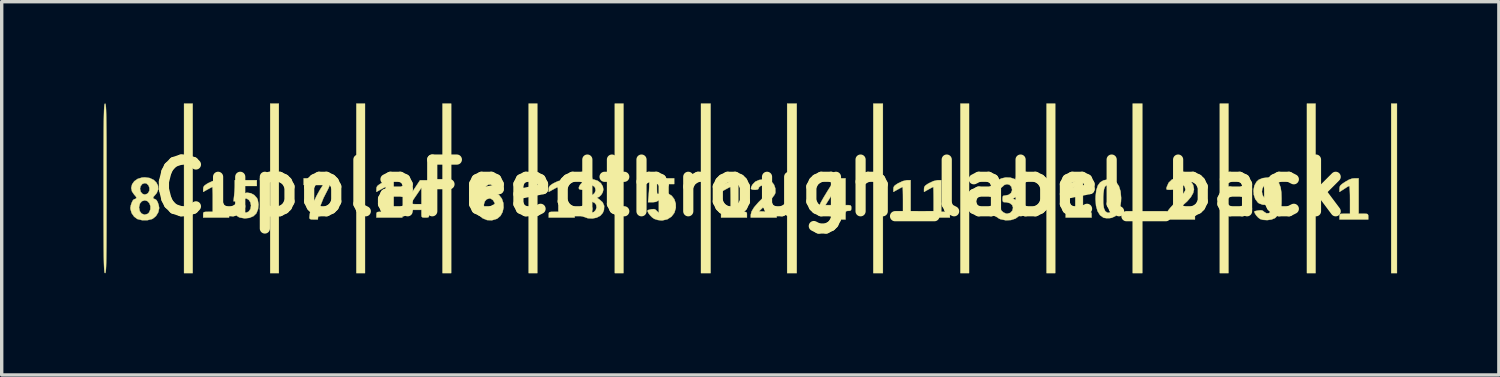
<source format=kicad_pcb>
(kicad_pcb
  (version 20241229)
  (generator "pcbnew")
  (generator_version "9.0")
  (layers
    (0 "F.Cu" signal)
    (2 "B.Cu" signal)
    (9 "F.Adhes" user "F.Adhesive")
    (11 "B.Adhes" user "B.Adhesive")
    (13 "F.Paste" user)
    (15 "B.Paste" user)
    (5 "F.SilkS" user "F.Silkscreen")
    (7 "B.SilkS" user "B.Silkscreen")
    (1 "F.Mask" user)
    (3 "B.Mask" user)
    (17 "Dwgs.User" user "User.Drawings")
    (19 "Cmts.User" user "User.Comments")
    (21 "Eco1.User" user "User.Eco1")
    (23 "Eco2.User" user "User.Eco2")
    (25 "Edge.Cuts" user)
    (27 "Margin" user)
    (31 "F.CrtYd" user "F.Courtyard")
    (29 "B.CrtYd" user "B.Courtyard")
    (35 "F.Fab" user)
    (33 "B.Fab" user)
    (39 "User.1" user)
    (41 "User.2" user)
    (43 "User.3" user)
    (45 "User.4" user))
  (footprint "CupolaFeedthrough_label_back"
    (layer "F.Cu")
    (at 19.055 2.489)
    (property "Reference" "CupolaFeedthrough_label_back" (at 0 0 0) (layer "F.SilkS") (effects (font (size 1.524 1.524) (thickness 0.3))))
    (attr through_hole)
    (fp_poly (pts (xy -16.425 2.512) (xy -16.679 2.512) (xy -16.679 -2.484) (xy -16.425 -2.484) (xy -16.425 2.512)) (stroke (width 0.01) (type solid)) (fill yes) (layer "F.SilkS"))
    (fp_poly (pts (xy -13.885 2.512) (xy -14.139 2.512) (xy -14.139 -2.484) (xy -13.885 -2.484) (xy -13.885 2.512)) (stroke (width 0.01) (type solid)) (fill yes) (layer "F.SilkS"))
    (fp_poly (pts (xy -11.345 2.512) (xy -11.599 2.512) (xy -11.599 -2.484) (xy -11.345 -2.484) (xy -11.345 2.512)) (stroke (width 0.01) (type solid)) (fill yes) (layer "F.SilkS"))
    (fp_poly (pts (xy -8.805 2.512) (xy -9.059 2.512) (xy -9.059 -2.484) (xy -8.805 -2.484) (xy -8.805 2.512)) (stroke (width 0.01) (type solid)) (fill yes) (layer "F.SilkS"))
    (fp_poly (pts (xy -6.265 2.512) (xy -6.519 2.512) (xy -6.519 -2.484) (xy -6.265 -2.484) (xy -6.265 2.512)) (stroke (width 0.01) (type solid)) (fill yes) (layer "F.SilkS"))
    (fp_poly (pts (xy -3.725 2.512) (xy -3.979 2.512) (xy -3.979 -2.484) (xy -3.725 -2.484) (xy -3.725 2.512)) (stroke (width 0.01) (type solid)) (fill yes) (layer "F.SilkS"))
    (fp_poly (pts (xy -1.157 2.512) (xy -1.439 2.512) (xy -1.439 -2.484) (xy -1.157 -2.484) (xy -1.157 2.512)) (stroke (width 0.01) (type solid)) (fill yes) (layer "F.SilkS"))
    (fp_poly (pts (xy 1.383 2.512) (xy 1.101 2.512) (xy 1.101 -2.484) (xy 1.383 -2.484) (xy 1.383 2.512)) (stroke (width 0.01) (type solid)) (fill yes) (layer "F.SilkS"))
    (fp_poly (pts (xy 3.923 2.512) (xy 3.641 2.512) (xy 3.641 -2.484) (xy 3.923 -2.484) (xy 3.923 2.512)) (stroke (width 0.01) (type solid)) (fill yes) (layer "F.SilkS"))
    (fp_poly (pts (xy 6.463 2.512) (xy 6.209 2.512) (xy 6.209 -2.484) (xy 6.463 -2.484) (xy 6.463 2.512)) (stroke (width 0.01) (type solid)) (fill yes) (layer "F.SilkS"))
    (fp_poly (pts (xy 9.003 2.512) (xy 8.749 2.512) (xy 8.749 -2.484) (xy 9.003 -2.484) (xy 9.003 2.512)) (stroke (width 0.01) (type solid)) (fill yes) (layer "F.SilkS"))
    (fp_poly (pts (xy 11.571 2.512) (xy 11.289 2.512) (xy 11.289 -2.484) (xy 11.571 -2.484) (xy 11.571 2.512)) (stroke (width 0.01) (type solid)) (fill yes) (layer "F.SilkS"))
    (fp_poly (pts (xy 14.111 2.512) (xy 13.857 2.512) (xy 13.857 -2.484) (xy 14.111 -2.484) (xy 14.111 2.512)) (stroke (width 0.01) (type solid)) (fill yes) (layer "F.SilkS"))
    (fp_poly (pts (xy 16.679 2.512) (xy 16.425 2.512) (xy 16.425 -2.484) (xy 16.679 -2.484) (xy 16.679 2.512)) (stroke (width 0.01) (type solid)) (fill yes) (layer "F.SilkS"))
    (fp_poly (pts (xy 19.078 2.512) (xy 18.909 2.512) (xy 18.909 -2.484) (xy 19.078 -2.484) (xy 19.078 2.512)) (stroke (width 0.01) (type solid)) (fill yes) (layer "F.SilkS"))
    (fp_poly (pts (xy -12.361 -0.186) (xy -12.377 -0.101) (xy -12.421 0.009) (xy -12.457 0.08) (xy -12.567 0.295) (xy -12.651 0.505) (xy -12.705 0.695) (xy -12.717 0.772) (xy -12.736 0.931) (xy -12.859 0.931) (xy -12.936 0.928) (xy -12.972 0.912) (xy -12.982 0.877) (xy -12.982 0.867) (xy -12.967 0.745) (xy -12.923 0.591) (xy -12.858 0.418) (xy -12.775 0.24) (xy -12.681 0.069) (xy -12.642 0.007) (xy -12.582 -0.085) (xy -13.152 -0.085) (xy -13.152 -0.282) (xy -12.361 -0.282) (xy -12.361 -0.186)) (stroke (width 0.01) (type solid)) (fill yes) (layer "F.SilkS"))
    (fp_poly (pts (xy -15.607 0.706) (xy -15.48 0.706) (xy -15.402 0.708) (xy -15.365 0.722) (xy -15.354 0.758) (xy -15.353 0.79) (xy -15.353 0.875) (xy -16.115 0.875) (xy -16.115 0.79) (xy -16.112 0.74) (xy -16.093 0.715) (xy -16.043 0.707) (xy -15.974 0.706) (xy -15.833 0.706) (xy -15.833 0.339) (xy -15.833 0.202) (xy -15.836 0.089) (xy -15.839 0.009) (xy -15.842 -0.027) (xy -15.843 -0.028) (xy -15.872 -0.016) (xy -15.933 0.017) (xy -15.984 0.045) (xy -16.115 0.118) (xy -16.115 0.031) (xy -16.108 -0.022) (xy -16.08 -0.064) (xy -16.019 -0.109) (xy -15.967 -0.14) (xy -15.841 -0.199) (xy -15.729 -0.225) (xy -15.713 -0.226) (xy -15.607 -0.226) (xy -15.607 0.706)) (stroke (width 0.01) (type solid)) (fill yes) (layer "F.SilkS"))
    (fp_poly (pts (xy -10.499 0.706) (xy -10.372 0.706) (xy -10.294 0.708) (xy -10.257 0.722) (xy -10.245 0.758) (xy -10.245 0.79) (xy -10.245 0.875) (xy -11.007 0.875) (xy -11.007 0.79) (xy -11.004 0.74) (xy -10.985 0.715) (xy -10.935 0.707) (xy -10.866 0.706) (xy -10.724 0.706) (xy -10.724 0.339) (xy -10.725 0.202) (xy -10.727 0.089) (xy -10.73 0.009) (xy -10.734 -0.027) (xy -10.735 -0.028) (xy -10.763 -0.016) (xy -10.825 0.017) (xy -10.876 0.045) (xy -11.007 0.118) (xy -11.007 0.031) (xy -11 -0.022) (xy -10.972 -0.064) (xy -10.911 -0.109) (xy -10.858 -0.14) (xy -10.732 -0.199) (xy -10.621 -0.225) (xy -10.604 -0.226) (xy -10.499 -0.226) (xy -10.499 0.706)) (stroke (width 0.01) (type solid)) (fill yes) (layer "F.SilkS"))
    (fp_poly (pts (xy -5.419 0.706) (xy -5.292 0.706) (xy -5.214 0.708) (xy -5.177 0.722) (xy -5.165 0.758) (xy -5.165 0.79) (xy -5.165 0.875) (xy -5.927 0.875) (xy -5.927 0.79) (xy -5.924 0.74) (xy -5.905 0.715) (xy -5.855 0.707) (xy -5.786 0.706) (xy -5.644 0.706) (xy -5.644 0.339) (xy -5.645 0.202) (xy -5.647 0.089) (xy -5.65 0.009) (xy -5.654 -0.027) (xy -5.655 -0.028) (xy -5.683 -0.016) (xy -5.745 0.017) (xy -5.796 0.045) (xy -5.927 0.118) (xy -5.927 0.031) (xy -5.92 -0.022) (xy -5.892 -0.064) (xy -5.831 -0.109) (xy -5.779 -0.14) (xy -5.652 -0.199) (xy -5.541 -0.225) (xy -5.524 -0.226) (xy -5.419 -0.226) (xy -5.419 0.706)) (stroke (width 0.01) (type solid)) (fill yes) (layer "F.SilkS"))
    (fp_poly (pts (xy -0.339 0.706) (xy -0.212 0.706) (xy -0.134 0.708) (xy -0.097 0.722) (xy -0.085 0.758) (xy -0.085 0.79) (xy -0.085 0.875) (xy -0.847 0.875) (xy -0.847 0.79) (xy -0.844 0.74) (xy -0.825 0.715) (xy -0.775 0.707) (xy -0.706 0.706) (xy -0.564 0.706) (xy -0.564 0.339) (xy -0.565 0.202) (xy -0.567 0.089) (xy -0.57 0.009) (xy -0.574 -0.027) (xy -0.575 -0.028) (xy -0.603 -0.016) (xy -0.665 0.017) (xy -0.716 0.045) (xy -0.847 0.118) (xy -0.847 0.031) (xy -0.84 -0.022) (xy -0.812 -0.064) (xy -0.751 -0.109) (xy -0.699 -0.14) (xy -0.572 -0.199) (xy -0.461 -0.225) (xy -0.445 -0.226) (xy -0.339 -0.226) (xy -0.339 0.706)) (stroke (width 0.01) (type solid)) (fill yes) (layer "F.SilkS"))
    (fp_poly (pts (xy 4.741 0.706) (xy 4.868 0.706) (xy 4.946 0.708) (xy 4.983 0.722) (xy 4.995 0.758) (xy 4.995 0.79) (xy 4.995 0.875) (xy 4.233 0.875) (xy 4.233 0.79) (xy 4.236 0.74) (xy 4.255 0.715) (xy 4.305 0.707) (xy 4.374 0.706) (xy 4.516 0.706) (xy 4.516 0.339) (xy 4.515 0.202) (xy 4.513 0.089) (xy 4.51 0.009) (xy 4.506 -0.027) (xy 4.505 -0.028) (xy 4.477 -0.016) (xy 4.415 0.017) (xy 4.364 0.045) (xy 4.233 0.118) (xy 4.233 0.031) (xy 4.24 -0.022) (xy 4.268 -0.064) (xy 4.329 -0.109) (xy 4.381 -0.14) (xy 4.508 -0.199) (xy 4.619 -0.225) (xy 4.636 -0.226) (xy 4.741 -0.226) (xy 4.741 0.706)) (stroke (width 0.01) (type solid)) (fill yes) (layer "F.SilkS"))
    (fp_poly (pts (xy 5.644 0.706) (xy 5.771 0.706) (xy 5.85 0.708) (xy 5.887 0.722) (xy 5.898 0.758) (xy 5.898 0.79) (xy 5.898 0.875) (xy 5.136 0.875) (xy 5.136 0.79) (xy 5.14 0.74) (xy 5.158 0.715) (xy 5.208 0.707) (xy 5.278 0.706) (xy 5.419 0.706) (xy 5.419 0.339) (xy 5.418 0.202) (xy 5.416 0.089) (xy 5.413 0.009) (xy 5.409 -0.027) (xy 5.408 -0.028) (xy 5.38 -0.016) (xy 5.318 0.017) (xy 5.267 0.045) (xy 5.136 0.118) (xy 5.136 0.031) (xy 5.143 -0.022) (xy 5.171 -0.064) (xy 5.232 -0.109) (xy 5.285 -0.14) (xy 5.411 -0.199) (xy 5.522 -0.225) (xy 5.539 -0.226) (xy 5.644 -0.226) (xy 5.644 0.706)) (stroke (width 0.01) (type solid)) (fill yes) (layer "F.SilkS"))
    (fp_poly (pts (xy 9.821 0.706) (xy 9.948 0.706) (xy 10.026 0.708) (xy 10.063 0.722) (xy 10.075 0.758) (xy 10.075 0.79) (xy 10.075 0.875) (xy 9.313 0.875) (xy 9.313 0.79) (xy 9.316 0.74) (xy 9.335 0.715) (xy 9.385 0.707) (xy 9.454 0.706) (xy 9.596 0.706) (xy 9.596 0.339) (xy 9.595 0.202) (xy 9.593 0.089) (xy 9.59 0.009) (xy 9.586 -0.027) (xy 9.585 -0.028) (xy 9.557 -0.016) (xy 9.495 0.017) (xy 9.444 0.045) (xy 9.313 0.118) (xy 9.313 0.031) (xy 9.32 -0.022) (xy 9.348 -0.064) (xy 9.409 -0.109) (xy 9.461 -0.14) (xy 9.588 -0.199) (xy 9.699 -0.225) (xy 9.716 -0.226) (xy 9.821 -0.226) (xy 9.821 0.706)) (stroke (width 0.01) (type solid)) (fill yes) (layer "F.SilkS"))
    (fp_poly (pts (xy 17.949 0.762) (xy 18.09 0.762) (xy 18.174 0.764) (xy 18.216 0.775) (xy 18.23 0.805) (xy 18.232 0.847) (xy 18.232 0.931) (xy 17.385 0.931) (xy 17.385 0.847) (xy 17.387 0.798) (xy 17.405 0.773) (xy 17.45 0.764) (xy 17.538 0.762) (xy 17.695 0.762) (xy 17.695 0.353) (xy 17.694 0.208) (xy 17.69 0.086) (xy 17.684 -0.004) (xy 17.677 -0.051) (xy 17.673 -0.056) (xy 17.635 -0.042) (xy 17.596 -0.018) (xy 17.531 0.025) (xy 17.462 0.069) (xy 17.385 0.119) (xy 17.385 0.024) (xy 17.39 -0.03) (xy 17.413 -0.073) (xy 17.464 -0.118) (xy 17.55 -0.176) (xy 17.665 -0.242) (xy 17.759 -0.275) (xy 17.832 -0.282) (xy 17.949 -0.282) (xy 17.949 0.762)) (stroke (width 0.01) (type solid)) (fill yes) (layer "F.SilkS"))
    (fp_poly (pts (xy 2.822 0.508) (xy 2.907 0.508) (xy 2.967 0.515) (xy 2.989 0.548) (xy 2.992 0.593) (xy 2.985 0.653) (xy 2.952 0.675) (xy 2.907 0.677) (xy 2.855 0.681) (xy 2.83 0.702) (xy 2.823 0.756) (xy 2.822 0.804) (xy 2.822 0.931) (xy 2.568 0.931) (xy 2.568 0.677) (xy 2.032 0.677) (xy 2.032 0.592) (xy 2.047 0.53) (xy 2.057 0.508) (xy 2.229 0.508) (xy 2.568 0.508) (xy 2.567 0.233) (xy 2.566 0.108) (xy 2.561 0.032) (xy 2.553 0.000178) (xy 2.54 0.005) (xy 2.534 0.014) (xy 2.505 0.063) (xy 2.455 0.145) (xy 2.393 0.246) (xy 2.366 0.289) (xy 2.229 0.508) (xy 2.057 0.508) (xy 2.093 0.43) (xy 2.171 0.291) (xy 2.279 0.113) (xy 2.526 -0.281) (xy 2.822 -0.282) (xy 2.822 0.508)) (stroke (width 0.01) (type solid)) (fill yes) (layer "F.SilkS"))
    (fp_poly (pts (xy 0.532 -0.231) (xy 0.646 -0.176) (xy 0.647 -0.176) (xy 0.713 -0.095) (xy 0.752 0.015) (xy 0.755 0.132) (xy 0.75 0.158) (xy 0.72 0.216) (xy 0.654 0.301) (xy 0.561 0.404) (xy 0.5 0.466) (xy 0.271 0.691) (xy 0.531 0.7) (xy 0.79 0.708) (xy 0.79 0.875) (xy 0.028 0.875) (xy 0.028 0.794) (xy 0.053 0.694) (xy 0.129 0.57) (xy 0.256 0.424) (xy 0.357 0.324) (xy 0.457 0.222) (xy 0.515 0.142) (xy 0.536 0.073) (xy 0.523 0.005) (xy 0.507 -0.03) (xy 0.458 -0.071) (xy 0.389 -0.078) (xy 0.318 -0.058) (xy 0.267 -0.014) (xy 0.254 0.03) (xy 0.229 0.047) (xy 0.166 0.056) (xy 0.141 0.056) (xy 0.064 0.049) (xy 0.032 0.023) (xy 0.043 -0.031) (xy 0.083 -0.103) (xy 0.162 -0.183) (xy 0.274 -0.233) (xy 0.403 -0.25) (xy 0.532 -0.231)) (stroke (width 0.01) (type solid)) (fill yes) (layer "F.SilkS"))
    (fp_poly (pts (xy -9.454 0.48) (xy -9.384 0.48) (xy -9.333 0.489) (xy -9.315 0.528) (xy -9.313 0.564) (xy -9.321 0.625) (xy -9.353 0.647) (xy -9.384 0.649) (xy -9.429 0.655) (xy -9.45 0.684) (xy -9.454 0.752) (xy -9.454 0.762) (xy -9.457 0.834) (xy -9.476 0.866) (xy -9.528 0.875) (xy -9.567 0.875) (xy -9.64 0.872) (xy -9.672 0.853) (xy -9.68 0.802) (xy -9.68 0.762) (xy -9.68 0.649) (xy -10.188 0.649) (xy -10.188 0.564) (xy -10.174 0.504) (xy -10.155 0.464) (xy -9.991 0.464) (xy -9.965 0.473) (xy -9.899 0.478) (xy -9.835 0.48) (xy -9.68 0.48) (xy -9.68 -0.007) (xy -9.835 0.221) (xy -9.902 0.319) (xy -9.954 0.4) (xy -9.985 0.452) (xy -9.991 0.464) (xy -10.155 0.464) (xy -10.13 0.411) (xy -10.054 0.281) (xy -9.955 0.128) (xy -9.723 -0.224) (xy -9.588 -0.225) (xy -9.454 -0.226) (xy -9.454 0.48)) (stroke (width 0.01) (type solid)) (fill yes) (layer "F.SilkS"))
    (fp_poly (pts (xy 12.873 -0.274) (xy 12.895 -0.266) (xy 13 -0.195) (xy 13.07 -0.088) (xy 13.095 0.042) (xy 13.095 0.044) (xy 13.071 0.15) (xy 13.003 0.27) (xy 12.899 0.392) (xy 12.8 0.481) (xy 12.714 0.553) (xy 12.642 0.622) (xy 12.6 0.67) (xy 12.558 0.734) (xy 13.123 0.734) (xy 13.123 0.931) (xy 12.277 0.931) (xy 12.277 0.839) (xy 12.281 0.783) (xy 12.298 0.73) (xy 12.333 0.669) (xy 12.391 0.594) (xy 12.479 0.496) (xy 12.602 0.367) (xy 12.606 0.363) (xy 12.718 0.243) (xy 12.792 0.152) (xy 12.832 0.087) (xy 12.841 0.048) (xy 12.82 -0.039) (xy 12.765 -0.094) (xy 12.694 -0.112) (xy 12.62 -0.089) (xy 12.565 -0.028) (xy 12.526 0.026) (xy 12.477 0.05) (xy 12.395 0.056) (xy 12.394 0.056) (xy 12.318 0.054) (xy 12.285 0.042) (xy 12.283 0.008) (xy 12.29 -0.021) (xy 12.347 -0.151) (xy 12.443 -0.244) (xy 12.567 -0.298) (xy 12.714 -0.309) (xy 12.873 -0.274)) (stroke (width 0.01) (type solid)) (fill yes) (layer "F.SilkS"))
    (fp_poly (pts (xy -14.534 -0.056) (xy -14.986 -0.056) (xy -14.986 0.072) (xy -14.984 0.149) (xy -14.973 0.18) (xy -14.948 0.179) (xy -14.931 0.17) (xy -14.823 0.141) (xy -14.709 0.158) (xy -14.606 0.214) (xy -14.529 0.303) (xy -14.506 0.354) (xy -14.484 0.488) (xy -14.498 0.627) (xy -14.545 0.746) (xy -14.548 0.751) (xy -14.633 0.833) (xy -14.751 0.883) (xy -14.887 0.899) (xy -15.024 0.876) (xy -15.062 0.862) (xy -15.13 0.817) (xy -15.185 0.755) (xy -15.219 0.69) (xy -15.222 0.637) (xy -15.207 0.618) (xy -15.122 0.593) (xy -15.034 0.617) (xy -14.981 0.663) (xy -14.91 0.72) (xy -14.836 0.728) (xy -14.769 0.694) (xy -14.721 0.621) (xy -14.704 0.522) (xy -14.722 0.427) (xy -14.768 0.356) (xy -14.831 0.315) (xy -14.899 0.313) (xy -14.958 0.353) (xy -15.011 0.382) (xy -15.097 0.395) (xy -15.106 0.395) (xy -15.22 0.395) (xy -15.202 0.222) (xy -15.191 0.099) (xy -15.185 -0.025) (xy -15.184 -0.089) (xy -15.184 -0.226) (xy -14.534 -0.226) (xy -14.534 -0.056)) (stroke (width 0.01) (type solid)) (fill yes) (layer "F.SilkS"))
    (fp_poly (pts (xy 10.704 -0.231) (xy 10.806 -0.163) (xy 10.882 -0.05) (xy 10.93 0.104) (xy 10.947 0.295) (xy 10.942 0.41) (xy 10.915 0.597) (xy 10.862 0.736) (xy 10.782 0.829) (xy 10.673 0.881) (xy 10.606 0.892) (xy 10.515 0.893) (xy 10.439 0.882) (xy 10.425 0.877) (xy 10.325 0.804) (xy 10.252 0.686) (xy 10.207 0.527) (xy 10.192 0.332) (xy 10.194 0.265) (xy 10.419 0.265) (xy 10.419 0.457) (xy 10.439 0.598) (xy 10.479 0.688) (xy 10.54 0.73) (xy 10.569 0.734) (xy 10.624 0.721) (xy 10.664 0.675) (xy 10.687 0.629) (xy 10.71 0.549) (xy 10.721 0.445) (xy 10.721 0.304) (xy 10.719 0.265) (xy 10.708 0.114) (xy 10.689 0.011) (xy 10.658 -0.051) (xy 10.611 -0.08) (xy 10.569 -0.085) (xy 10.51 -0.073) (xy 10.469 -0.035) (xy 10.442 0.04) (xy 10.426 0.157) (xy 10.419 0.265) (xy 10.194 0.265) (xy 10.194 0.251) (xy 10.216 0.067) (xy 10.26 -0.069) (xy 10.329 -0.163) (xy 10.426 -0.221) (xy 10.432 -0.223) (xy 10.579 -0.252) (xy 10.704 -0.231)) (stroke (width 0.01) (type solid)) (fill yes) (layer "F.SilkS"))
    (fp_poly (pts (xy -2.23 -0.113) (xy -2.738 -0.113) (xy -2.738 0.042) (xy -2.736 0.13) (xy -2.729 0.173) (xy -2.708 0.182) (xy -2.668 0.17) (xy -2.665 0.169) (xy -2.53 0.143) (xy -2.406 0.167) (xy -2.302 0.233) (xy -2.225 0.335) (xy -2.183 0.465) (xy -2.181 0.588) (xy -2.223 0.733) (xy -2.309 0.847) (xy -2.43 0.925) (xy -2.58 0.959) (xy -2.611 0.959) (xy -2.714 0.946) (xy -2.814 0.914) (xy -2.821 0.91) (xy -2.882 0.867) (xy -2.942 0.806) (xy -2.99 0.741) (xy -3.016 0.686) (xy -3.013 0.661) (xy -2.978 0.647) (xy -2.911 0.633) (xy -2.896 0.63) (xy -2.82 0.625) (xy -2.77 0.649) (xy -2.735 0.688) (xy -2.662 0.747) (xy -2.581 0.758) (xy -2.507 0.727) (xy -2.452 0.66) (xy -2.427 0.562) (xy -2.427 0.55) (xy -2.447 0.459) (xy -2.497 0.388) (xy -2.565 0.345) (xy -2.638 0.338) (xy -2.703 0.374) (xy -2.709 0.381) (xy -2.765 0.411) (xy -2.861 0.423) (xy -2.872 0.423) (xy -3 0.423) (xy -2.982 0.233) (xy -2.972 0.102) (xy -2.965 -0.036) (xy -2.964 -0.12) (xy -2.963 -0.282) (xy -2.23 -0.282) (xy -2.23 -0.113)) (stroke (width 0.01) (type solid)) (fill yes) (layer "F.SilkS"))
    (fp_poly (pts (xy -19 -2.479) (xy -18.994 -2.462) (xy -18.988 -2.429) (xy -18.983 -2.378) (xy -18.979 -2.304) (xy -18.976 -2.205) (xy -18.973 -2.077) (xy -18.971 -1.917) (xy -18.969 -1.721) (xy -18.967 -1.486) (xy -18.966 -1.209) (xy -18.966 -0.887) (xy -18.965 -0.515) (xy -18.965 -0.091) (xy -18.965 0.014) (xy -18.965 0.451) (xy -18.966 0.834) (xy -18.966 1.167) (xy -18.967 1.455) (xy -18.968 1.699) (xy -18.97 1.903) (xy -18.972 2.071) (xy -18.975 2.206) (xy -18.978 2.312) (xy -18.982 2.391) (xy -18.987 2.447) (xy -18.992 2.484) (xy -18.999 2.504) (xy -19.006 2.512) (xy -19.008 2.512) (xy -19.015 2.507) (xy -19.022 2.49) (xy -19.027 2.457) (xy -19.032 2.406) (xy -19.036 2.332) (xy -19.04 2.233) (xy -19.043 2.105) (xy -19.045 1.945) (xy -19.047 1.749) (xy -19.048 1.515) (xy -19.049 1.238) (xy -19.05 0.915) (xy -19.05 0.543) (xy -19.05 0.119) (xy -19.05 0.014) (xy -19.05 -0.422) (xy -19.05 -0.806) (xy -19.049 -1.139) (xy -19.048 -1.426) (xy -19.047 -1.671) (xy -19.045 -1.875) (xy -19.043 -2.043) (xy -19.04 -2.178) (xy -19.037 -2.284) (xy -19.033 -2.363) (xy -19.028 -2.419) (xy -19.023 -2.456) (xy -19.017 -2.476) (xy -19.009 -2.483) (xy -19.008 -2.484) (xy -19 -2.479)) (stroke (width 0.01) (type solid)) (fill yes) (layer "F.SilkS"))
    (fp_poly (pts (xy -7.567 -0.3) (xy -7.443 -0.258) (xy -7.352 -0.182) (xy -7.336 -0.159) (xy -7.3 -0.097) (xy -7.282 -0.056) (xy -7.281 -0.053) (xy -7.306 -0.038) (xy -7.369 -0.022) (xy -7.398 -0.017) (xy -7.481 -0.01) (xy -7.535 -0.026) (xy -7.57 -0.057) (xy -7.64 -0.101) (xy -7.712 -0.095) (xy -7.777 -0.046) (xy -7.828 0.042) (xy -7.855 0.146) (xy -7.87 0.25) (xy -7.772 0.192) (xy -7.658 0.152) (xy -7.535 0.152) (xy -7.425 0.19) (xy -7.388 0.216) (xy -7.309 0.32) (xy -7.266 0.447) (xy -7.26 0.582) (xy -7.289 0.713) (xy -7.351 0.825) (xy -7.445 0.905) (xy -7.458 0.912) (xy -7.603 0.955) (xy -7.746 0.949) (xy -7.873 0.897) (xy -7.875 0.896) (xy -7.965 0.823) (xy -8.026 0.74) (xy -8.064 0.634) (xy -8.082 0.494) (xy -8.082 0.485) (xy -7.84 0.485) (xy -7.836 0.582) (xy -7.797 0.675) (xy -7.787 0.688) (xy -7.715 0.749) (xy -7.639 0.754) (xy -7.564 0.706) (xy -7.517 0.627) (xy -7.505 0.534) (xy -7.524 0.441) (xy -7.569 0.363) (xy -7.636 0.317) (xy -7.676 0.31) (xy -7.756 0.335) (xy -7.812 0.397) (xy -7.84 0.485) (xy -8.082 0.485) (xy -8.086 0.353) (xy -8.074 0.135) (xy -8.037 -0.035) (xy -7.973 -0.161) (xy -7.879 -0.246) (xy -7.755 -0.294) (xy -7.709 -0.302) (xy -7.567 -0.3)) (stroke (width 0.01) (type solid)) (fill yes) (layer "F.SilkS"))
    (fp_poly (pts (xy 15.388 -0.289) (xy 15.449 -0.268) (xy 15.541 -0.208) (xy 15.606 -0.126) (xy 15.649 -0.012) (xy 15.671 0.141) (xy 15.676 0.31) (xy 15.675 0.453) (xy 15.668 0.554) (xy 15.654 0.629) (xy 15.63 0.693) (xy 15.613 0.726) (xy 15.559 0.81) (xy 15.499 0.877) (xy 15.478 0.893) (xy 15.378 0.933) (xy 15.252 0.95) (xy 15.127 0.942) (xy 15.051 0.92) (xy 14.988 0.875) (xy 14.927 0.807) (xy 14.884 0.737) (xy 14.873 0.696) (xy 14.898 0.685) (xy 14.961 0.671) (xy 14.99 0.666) (xy 15.073 0.659) (xy 15.126 0.675) (xy 15.162 0.706) (xy 15.232 0.75) (xy 15.303 0.745) (xy 15.369 0.695) (xy 15.42 0.607) (xy 15.447 0.503) (xy 15.462 0.4) (xy 15.364 0.457) (xy 15.25 0.497) (xy 15.127 0.497) (xy 15.017 0.459) (xy 14.98 0.433) (xy 14.901 0.329) (xy 14.858 0.202) (xy 14.853 0.115) (xy 15.097 0.115) (xy 15.116 0.208) (xy 15.161 0.286) (xy 15.228 0.332) (xy 15.268 0.339) (xy 15.33 0.32) (xy 15.381 0.282) (xy 15.427 0.2) (xy 15.434 0.097) (xy 15.402 -0.004) (xy 15.379 -0.039) (xy 15.306 -0.1) (xy 15.231 -0.105) (xy 15.155 -0.056) (xy 15.109 0.022) (xy 15.097 0.115) (xy 14.853 0.115) (xy 14.85 0.065) (xy 14.876 -0.067) (xy 14.937 -0.178) (xy 15.004 -0.24) (xy 15.118 -0.287) (xy 15.255 -0.304) (xy 15.388 -0.289)) (stroke (width 0.01) (type solid)) (fill yes) (layer "F.SilkS"))
    (fp_poly (pts (xy 7.681 -0.302) (xy 7.805 -0.262) (xy 7.905 -0.188) (xy 7.94 -0.141) (xy 7.982 -0.023) (xy 7.976 0.095) (xy 7.925 0.199) (xy 7.835 0.274) (xy 7.751 0.317) (xy 7.839 0.354) (xy 7.943 0.424) (xy 8 0.524) (xy 8.007 0.65) (xy 8.007 0.652) (xy 7.984 0.741) (xy 7.948 0.814) (xy 7.94 0.825) (xy 7.834 0.904) (xy 7.698 0.948) (xy 7.546 0.955) (xy 7.393 0.924) (xy 7.35 0.906) (xy 7.243 0.834) (xy 7.185 0.749) (xy 7.157 0.681) (xy 7.148 0.636) (xy 7.15 0.63) (xy 7.19 0.613) (xy 7.256 0.602) (xy 7.326 0.599) (xy 7.379 0.605) (xy 7.394 0.617) (xy 7.418 0.672) (xy 7.478 0.724) (xy 7.551 0.757) (xy 7.587 0.762) (xy 7.678 0.737) (xy 7.74 0.671) (xy 7.761 0.585) (xy 7.736 0.507) (xy 7.667 0.45) (xy 7.566 0.424) (xy 7.543 0.423) (xy 7.481 0.419) (xy 7.456 0.393) (xy 7.451 0.328) (xy 7.451 0.325) (xy 7.456 0.258) (xy 7.479 0.231) (xy 7.529 0.226) (xy 7.63 0.205) (xy 7.702 0.149) (xy 7.733 0.067) (xy 7.733 0.057) (xy 7.711 -0.034) (xy 7.656 -0.092) (xy 7.582 -0.111) (xy 7.504 -0.087) (xy 7.456 -0.042) (xy 7.389 0.013) (xy 7.3 0.028) (xy 7.216 0.018) (xy 7.182 -0.015) (xy 7.194 -0.077) (xy 7.217 -0.121) (xy 7.301 -0.216) (xy 7.415 -0.278) (xy 7.547 -0.307) (xy 7.681 -0.302)) (stroke (width 0.01) (type solid)) (fill yes) (layer "F.SilkS"))
    (fp_poly (pts (xy -4.604 -0.248) (xy -4.486 -0.21) (xy -4.392 -0.14) (xy -4.333 -0.042) (xy -4.318 0.05) (xy -4.336 0.13) (xy -4.383 0.208) (xy -4.443 0.265) (xy -4.493 0.282) (xy -4.496 0.295) (xy -4.459 0.325) (xy -4.44 0.337) (xy -4.34 0.424) (xy -4.293 0.53) (xy -4.3 0.651) (xy -4.334 0.737) (xy -4.407 0.821) (xy -4.514 0.877) (xy -4.641 0.902) (xy -4.773 0.895) (xy -4.893 0.852) (xy -4.914 0.839) (xy -4.991 0.773) (xy -5.045 0.702) (xy -5.068 0.638) (xy -5.053 0.593) (xy -5.048 0.59) (xy -4.994 0.571) (xy -4.928 0.566) (xy -4.874 0.574) (xy -4.854 0.593) (xy -4.831 0.643) (xy -4.775 0.694) (xy -4.708 0.728) (xy -4.675 0.734) (xy -4.596 0.71) (xy -4.542 0.652) (xy -4.518 0.575) (xy -4.53 0.497) (xy -4.578 0.439) (xy -4.656 0.405) (xy -4.719 0.395) (xy -4.775 0.387) (xy -4.796 0.352) (xy -4.798 0.31) (xy -4.791 0.25) (xy -4.758 0.228) (xy -4.717 0.226) (xy -4.631 0.204) (xy -4.572 0.148) (xy -4.546 0.074) (xy -4.561 -0.004) (xy -4.588 -0.04) (xy -4.647 -0.077) (xy -4.685 -0.085) (xy -4.744 -0.066) (xy -4.799 -0.022) (xy -4.826 0.026) (xy -4.826 0.03) (xy -4.85 0.048) (xy -4.906 0.056) (xy -4.972 0.053) (xy -5.023 0.04) (xy -5.037 0.029) (xy -5.039 -0.021) (xy -5.005 -0.088) (xy -4.948 -0.155) (xy -4.878 -0.205) (xy -4.872 -0.208) (xy -4.736 -0.249) (xy -4.604 -0.248)) (stroke (width 0.01) (type solid)) (fill yes) (layer "F.SilkS"))
    (fp_poly (pts (xy -17.694 -0.291) (xy -17.578 -0.237) (xy -17.494 -0.157) (xy -17.446 -0.061) (xy -17.441 0.044) (xy -17.483 0.149) (xy -17.528 0.204) (xy -17.58 0.263) (xy -17.591 0.298) (xy -17.577 0.314) (xy -17.532 0.336) (xy -17.52 0.338) (xy -17.489 0.363) (xy -17.455 0.425) (xy -17.428 0.505) (xy -17.414 0.583) (xy -17.413 0.598) (xy -17.439 0.719) (xy -17.506 0.829) (xy -17.601 0.908) (xy -17.624 0.919) (xy -17.762 0.953) (xy -17.913 0.953) (xy -18.05 0.92) (xy -18.055 0.918) (xy -18.15 0.849) (xy -18.223 0.745) (xy -18.258 0.627) (xy -18.26 0.598) (xy -18.257 0.579) (xy -18.006 0.579) (xy -17.986 0.684) (xy -17.931 0.758) (xy -17.849 0.79) (xy -17.836 0.79) (xy -17.75 0.765) (xy -17.711 0.727) (xy -17.671 0.634) (xy -17.67 0.537) (xy -17.701 0.451) (xy -17.76 0.389) (xy -17.836 0.367) (xy -17.921 0.392) (xy -17.98 0.461) (xy -18.005 0.562) (xy -18.006 0.579) (xy -18.257 0.579) (xy -18.25 0.523) (xy -18.224 0.442) (xy -18.192 0.375) (xy -18.16 0.34) (xy -18.153 0.338) (xy -18.114 0.324) (xy -18.096 0.314) (xy -18.081 0.289) (xy -18.105 0.247) (xy -18.145 0.204) (xy -18.215 0.102) (xy -18.229 0.028) (xy -17.978 0.028) (xy -17.957 0.116) (xy -17.902 0.178) (xy -17.836 0.198) (xy -17.774 0.178) (xy -17.74 0.153) (xy -17.7 0.082) (xy -17.699 -0.001) (xy -17.728 -0.077) (xy -17.784 -0.129) (xy -17.836 -0.141) (xy -17.91 -0.116) (xy -17.961 -0.05) (xy -17.978 0.028) (xy -18.229 0.028) (xy -18.235 -0.004) (xy -18.21 -0.106) (xy -18.146 -0.196) (xy -18.047 -0.265) (xy -17.918 -0.304) (xy -17.836 -0.31) (xy -17.694 -0.291)) (stroke (width 0.01) (type solid)) (fill yes) (layer "F.SilkS")))
  (gr_rect
    (start -3 -3)
    (end 41.138 8.005)
    (stroke (width 0.1) (type default))
    (fill no)
    (layer "Edge.Cuts")))
</source>
